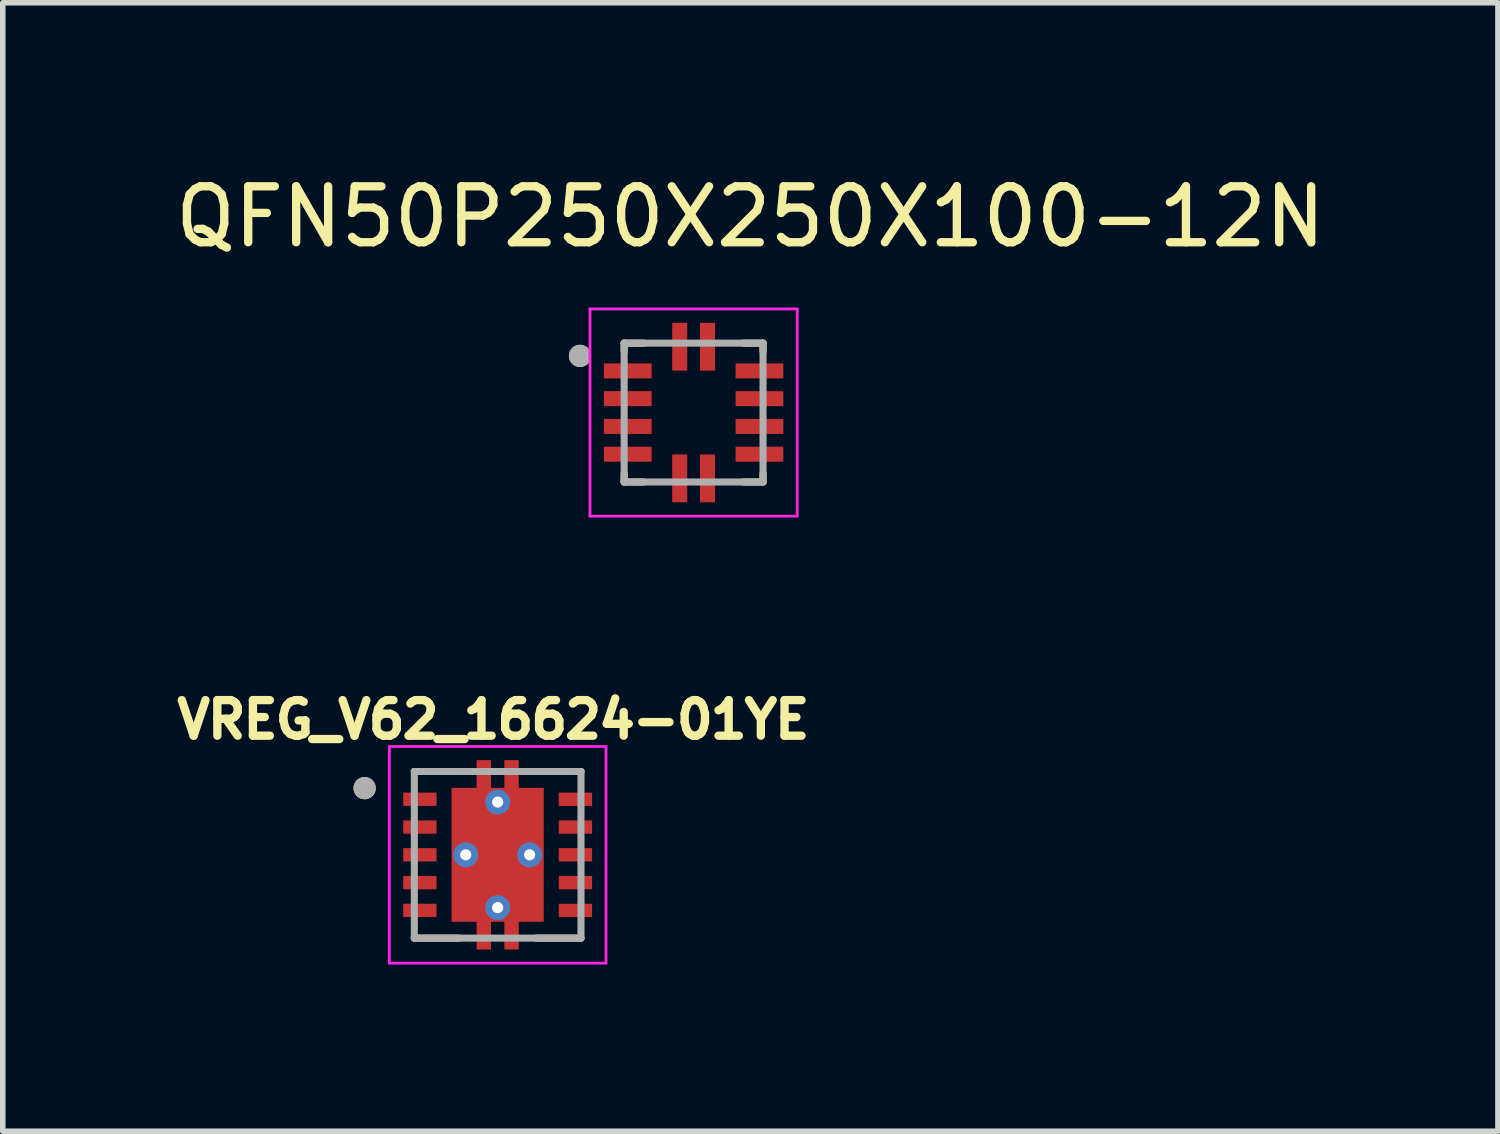
<source format=kicad_pcb>
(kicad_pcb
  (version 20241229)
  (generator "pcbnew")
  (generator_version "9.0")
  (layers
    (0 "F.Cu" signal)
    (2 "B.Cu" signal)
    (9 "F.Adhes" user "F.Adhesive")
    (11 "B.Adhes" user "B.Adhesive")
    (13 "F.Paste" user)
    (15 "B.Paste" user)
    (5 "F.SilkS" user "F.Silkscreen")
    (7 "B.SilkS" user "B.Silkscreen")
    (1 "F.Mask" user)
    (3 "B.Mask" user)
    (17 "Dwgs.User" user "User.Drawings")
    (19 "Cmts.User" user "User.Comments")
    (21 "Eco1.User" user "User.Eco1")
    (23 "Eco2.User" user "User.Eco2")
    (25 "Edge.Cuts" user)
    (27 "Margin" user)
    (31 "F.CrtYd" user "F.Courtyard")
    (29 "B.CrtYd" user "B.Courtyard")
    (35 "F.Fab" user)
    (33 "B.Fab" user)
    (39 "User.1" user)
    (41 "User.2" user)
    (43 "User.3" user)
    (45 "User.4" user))
  (footprint "VREG_V62_16624-01YE"
    (layer "F.Cu")
    (at 5.908 12.337)
    (property "Reference" "VREG_V62_16624-01YE" (at -0.078 -2.433 0) (layer "F.SilkS") (effects (font (size 0.64 0.64) (thickness 0.15))))
    (fp_poly (pts (xy -1.77 -1.19) (xy -1.03 -1.19) (xy -1.03 -0.81) (xy -1.77 -0.81)) (stroke (width 0.01) (type solid)) (fill yes) (layer "F.Mask"))
    (fp_poly (pts (xy -1.77 -0.69) (xy -1.03 -0.69) (xy -1.03 -0.31) (xy -1.77 -0.31)) (stroke (width 0.01) (type solid)) (fill yes) (layer "F.Mask"))
    (fp_poly (pts (xy -1.77 -0.19) (xy -1.03 -0.19) (xy -1.03 0.19) (xy -1.77 0.19)) (stroke (width 0.01) (type solid)) (fill yes) (layer "F.Mask"))
    (fp_poly (pts (xy -1.77 0.31) (xy -1.03 0.31) (xy -1.03 0.69) (xy -1.77 0.69)) (stroke (width 0.01) (type solid)) (fill yes) (layer "F.Mask"))
    (fp_poly (pts (xy -1.77 0.81) (xy -1.03 0.81) (xy -1.03 1.19) (xy -1.77 1.19)) (stroke (width 0.01) (type solid)) (fill yes) (layer "F.Mask"))
    (fp_poly (pts (xy 1.03 -1.19) (xy 1.77 -1.19) (xy 1.77 -0.81) (xy 1.03 -0.81)) (stroke (width 0.01) (type solid)) (fill yes) (layer "F.Mask"))
    (fp_poly (pts (xy 1.03 -0.69) (xy 1.77 -0.69) (xy 1.77 -0.31) (xy 1.03 -0.31)) (stroke (width 0.01) (type solid)) (fill yes) (layer "F.Mask"))
    (fp_poly (pts (xy 1.03 -0.19) (xy 1.77 -0.19) (xy 1.77 0.19) (xy 1.03 0.19)) (stroke (width 0.01) (type solid)) (fill yes) (layer "F.Mask"))
    (fp_poly (pts (xy 1.03 0.31) (xy 1.77 0.31) (xy 1.77 0.69) (xy 1.03 0.69)) (stroke (width 0.01) (type solid)) (fill yes) (layer "F.Mask"))
    (fp_poly (pts (xy 1.03 0.81) (xy 1.77 0.81) (xy 1.77 1.19) (xy 1.03 1.19)) (stroke (width 0.01) (type solid)) (fill yes) (layer "F.Mask"))
    (fp_poly (pts (xy -0.895 -1.27) (xy -0.445 -1.27) (xy -0.445 -1.77) (xy -0.055 -1.77) (xy -0.055 -1.27) (xy 0.055 -1.27) (xy 0.055 -1.77) (xy 0.445 -1.77) (xy 0.445 -1.27) (xy 0.895 -1.27) (xy 0.895 1.27) (xy 0.445 1.27) (xy 0.445 1.77) (xy 0.055 1.77) (xy 0.055 1.27) (xy -0.055 1.27) (xy -0.055 1.77) (xy -0.445 1.77) (xy -0.445 1.27) (xy -0.895 1.27)) (stroke (width 0.01) (type solid)) (fill yes) (layer "F.Mask"))
    (fp_line (start -1.5 -1.5) (end -0.695 -1.5) (stroke (width 0.127) (type solid)) (layer "F.SilkS"))
    (fp_line (start -1.5 1.5) (end -0.695 1.5) (stroke (width 0.127) (type solid)) (layer "F.SilkS"))
    (fp_line (start 0.695 -1.5) (end 1.5 -1.5) (stroke (width 0.127) (type solid)) (layer "F.SilkS"))
    (fp_line (start 0.695 1.5) (end 1.5 1.5) (stroke (width 0.127) (type solid)) (layer "F.SilkS"))
    (fp_circle (center -2.395 -1.2) (end -2.295 -1.2) (stroke (width 0.2) (type solid)) (fill no) (layer "F.SilkS"))
    (fp_poly (pts (xy -0.75 -1.16) (xy 0.75 -1.16) (xy 0.75 -0.1) (xy -0.75 -0.1)) (stroke (width 0.01) (type solid)) (fill yes) (layer "F.Paste"))
    (fp_poly (pts (xy -0.75 0.1) (xy 0.75 0.1) (xy 0.75 1.16) (xy -0.75 1.16)) (stroke (width 0.01) (type solid)) (fill yes) (layer "F.Paste"))
    (fp_poly (pts (xy -0.375 -1.7) (xy -0.125 -1.7) (xy -0.125 -1.36) (xy -0.375 -1.36)) (stroke (width 0.01) (type solid)) (fill yes) (layer "F.Paste"))
    (fp_poly (pts (xy -0.375 1.36) (xy -0.125 1.36) (xy -0.125 1.7) (xy -0.375 1.7)) (stroke (width 0.01) (type solid)) (fill yes) (layer "F.Paste"))
    (fp_poly (pts (xy 0.125 -1.7) (xy 0.375 -1.7) (xy 0.375 -1.36) (xy 0.125 -1.36)) (stroke (width 0.01) (type solid)) (fill yes) (layer "F.Paste"))
    (fp_poly (pts (xy 0.125 1.36) (xy 0.375 1.36) (xy 0.375 1.7) (xy 0.125 1.7)) (stroke (width 0.01) (type solid)) (fill yes) (layer "F.Paste"))
    (fp_line (start -1.95 -1.95) (end -1.95 1.95) (stroke (width 0.05) (type solid)) (layer "F.CrtYd"))
    (fp_line (start -1.95 -1.95) (end 1.95 -1.95) (stroke (width 0.05) (type solid)) (layer "F.CrtYd"))
    (fp_line (start -1.95 1.95) (end 1.95 1.95) (stroke (width 0.05) (type solid)) (layer "F.CrtYd"))
    (fp_line (start 1.95 -1.95) (end 1.95 1.95) (stroke (width 0.05) (type solid)) (layer "F.CrtYd"))
    (fp_line (start -1.5 -1.5) (end -1.5 1.5) (stroke (width 0.127) (type solid)) (layer "F.Fab"))
    (fp_line (start -1.5 -1.5) (end 1.5 -1.5) (stroke (width 0.127) (type solid)) (layer "F.Fab"))
    (fp_line (start -1.5 1.5) (end 1.5 1.5) (stroke (width 0.127) (type solid)) (layer "F.Fab"))
    (fp_line (start 1.5 -1.5) (end 1.5 1.5) (stroke (width 0.127) (type solid)) (layer "F.Fab"))
    (fp_circle (center -2.395 -1.2) (end -2.295 -1.2) (stroke (width 0.2) (type solid)) (fill no) (layer "F.Fab"))
    (pad "1" smd roundrect (at -1.4 -1) (size 0.6 0.24) (layers "F.Cu" "F.Paste") (roundrect_rratio 0.03))
    (pad "2" smd roundrect (at -1.4 -0.5) (size 0.6 0.24) (layers "F.Cu" "F.Paste") (roundrect_rratio 0.03))
    (pad "3" smd roundrect (at -1.4 0) (size 0.6 0.24) (layers "F.Cu" "F.Paste") (roundrect_rratio 0.03))
    (pad "4" smd roundrect (at -1.4 0.5) (size 0.6 0.24) (layers "F.Cu" "F.Paste") (roundrect_rratio 0.03))
    (pad "5" smd roundrect (at -1.4 1) (size 0.6 0.24) (layers "F.Cu" "F.Paste") (roundrect_rratio 0.03))
    (pad "6" smd roundrect (at 1.4 1) (size 0.6 0.24) (layers "F.Cu" "F.Paste") (roundrect_rratio 0.03))
    (pad "7" smd roundrect (at 1.4 0.5) (size 0.6 0.24) (layers "F.Cu" "F.Paste") (roundrect_rratio 0.03))
    (pad "8" smd roundrect (at 1.4 0) (size 0.6 0.24) (layers "F.Cu" "F.Paste") (roundrect_rratio 0.03))
    (pad "9" smd roundrect (at 1.4 -0.5) (size 0.6 0.24) (layers "F.Cu" "F.Paste") (roundrect_rratio 0.03))
    (pad "10" smd roundrect (at 1.4 -1) (size 0.6 0.24) (layers "F.Cu" "F.Paste") (roundrect_rratio 0.03))
    (pad "11" smd custom (at 0 0) (size 1.65 2.4) (layers "F.Cu") (options (anchor rect)) (primitives (gr_poly (pts (xy -0.825 -1.2) (xy -0.375 -1.2) (xy -0.375 -1.7) (xy -0.125 -1.7) (xy -0.125 -1.2) (xy 0.125 -1.2) (xy 0.125 -1.7) (xy 0.375 -1.7) (xy 0.375 -1.2) (xy 0.825 -1.2) (xy 0.825 1.2) (xy 0.375 1.2) (xy 0.375 1.7) (xy 0.125 1.7) (xy 0.125 1.2) (xy -0.125 1.2) (xy -0.125 1.7) (xy -0.375 1.7) (xy -0.375 1.2) (xy -0.825 1.2)) (width 0.01) (fill yes))))
    (pad "12" thru_hole circle (at 0 0.95) (size 0.45 0.45) (drill 0.2) (layers "*.Cu"))
    (pad "13" thru_hole circle (at -0.575 0) (size 0.45 0.45) (drill 0.2) (layers "*.Cu"))
    (pad "14" thru_hole circle (at 0.575 0) (size 0.45 0.45) (drill 0.2) (layers "*.Cu"))
    (pad "15" thru_hole circle (at 0 -0.95) (size 0.45 0.45) (drill 0.2) (layers "*.Cu")))
  (footprint "QFN50P250X250X100-12N"
    (layer "F.Cu")
    (at 9.435 4.376)
    (property "Reference" "QFN50P250X250X100-12N" (at 1.022 -3.524 0) (layer "F.SilkS") (effects (font (size 1.007 1.007) (thickness 0.15))))
    (attr smd)
    (fp_line (start -1.25 -1.25) (end -1.25 -1.1) (stroke (width 0.127) (type solid)) (layer "F.SilkS"))
    (fp_line (start -1.25 -1.25) (end -0.9 -1.25) (stroke (width 0.127) (type solid)) (layer "F.SilkS"))
    (fp_line (start -1.25 1.25) (end -1.25 1.1) (stroke (width 0.127) (type solid)) (layer "F.SilkS"))
    (fp_line (start -1.25 1.25) (end -0.9 1.25) (stroke (width 0.127) (type solid)) (layer "F.SilkS"))
    (fp_line (start 1.25 -1.25) (end 0.9 -1.25) (stroke (width 0.127) (type solid)) (layer "F.SilkS"))
    (fp_line (start 1.25 -1.25) (end 1.25 -1.1) (stroke (width 0.127) (type solid)) (layer "F.SilkS"))
    (fp_line (start 1.25 1.25) (end 0.9 1.25) (stroke (width 0.127) (type solid)) (layer "F.SilkS"))
    (fp_line (start 1.25 1.25) (end 1.25 1.1) (stroke (width 0.127) (type solid)) (layer "F.SilkS"))
    (fp_circle (center -2.045 -1.02) (end -1.945 -1.02) (stroke (width 0.2) (type solid)) (fill no) (layer "F.SilkS"))
    (fp_line (start -1.865 -1.865) (end 1.865 -1.865) (stroke (width 0.05) (type solid)) (layer "F.CrtYd"))
    (fp_line (start -1.865 1.865) (end -1.865 -1.865) (stroke (width 0.05) (type solid)) (layer "F.CrtYd"))
    (fp_line (start -1.865 1.865) (end 1.865 1.865) (stroke (width 0.05) (type solid)) (layer "F.CrtYd"))
    (fp_line (start 1.865 1.865) (end 1.865 -1.865) (stroke (width 0.05) (type solid)) (layer "F.CrtYd"))
    (fp_line (start -1.25 1.25) (end -1.25 -1.25) (stroke (width 0.127) (type solid)) (layer "F.Fab"))
    (fp_line (start 1.25 -1.25) (end -1.25 -1.25) (stroke (width 0.127) (type solid)) (layer "F.Fab"))
    (fp_line (start 1.25 1.25) (end -1.25 1.25) (stroke (width 0.127) (type solid)) (layer "F.Fab"))
    (fp_line (start 1.25 1.25) (end 1.25 -1.25) (stroke (width 0.127) (type solid)) (layer "F.Fab"))
    (fp_circle (center -2.045 -1.02) (end -1.945 -1.02) (stroke (width 0.2) (type solid)) (fill no) (layer "F.Fab"))
    (pad "1" smd roundrect (at -1.185 -0.75) (size 0.86 0.27) (layers "F.Cu" "F.Mask" "F.Paste") (roundrect_rratio 0.03))
    (pad "2" smd roundrect (at -1.185 -0.25) (size 0.86 0.27) (layers "F.Cu" "F.Mask" "F.Paste") (roundrect_rratio 0.03))
    (pad "3" smd roundrect (at -1.185 0.25) (size 0.86 0.27) (layers "F.Cu" "F.Mask" "F.Paste") (roundrect_rratio 0.03))
    (pad "4" smd roundrect (at -1.185 0.75) (size 0.86 0.27) (layers "F.Cu" "F.Mask" "F.Paste") (roundrect_rratio 0.03))
    (pad "5" smd roundrect (at -0.25 1.185 90) (size 0.86 0.27) (layers "F.Cu" "F.Mask" "F.Paste") (roundrect_rratio 0.03))
    (pad "6" smd roundrect (at 0.25 1.185 90) (size 0.86 0.27) (layers "F.Cu" "F.Mask" "F.Paste") (roundrect_rratio 0.03))
    (pad "7" smd roundrect (at 1.185 0.75) (size 0.86 0.27) (layers "F.Cu" "F.Mask" "F.Paste") (roundrect_rratio 0.03))
    (pad "8" smd roundrect (at 1.185 0.25) (size 0.86 0.27) (layers "F.Cu" "F.Mask" "F.Paste") (roundrect_rratio 0.03))
    (pad "9" smd roundrect (at 1.185 -0.25) (size 0.86 0.27) (layers "F.Cu" "F.Mask" "F.Paste") (roundrect_rratio 0.03))
    (pad "10" smd roundrect (at 1.185 -0.75) (size 0.86 0.27) (layers "F.Cu" "F.Mask" "F.Paste") (roundrect_rratio 0.03))
    (pad "11" smd roundrect (at 0.25 -1.185 90) (size 0.86 0.27) (layers "F.Cu" "F.Mask" "F.Paste") (roundrect_rratio 0.03))
    (pad "12" smd roundrect (at -0.25 -1.185 90) (size 0.86 0.27) (layers "F.Cu" "F.Mask" "F.Paste") (roundrect_rratio 0.03)))
  (gr_rect
    (start -3 -3)
    (end 23.913 17.312)
    (stroke (width 0.1) (type default))
    (fill no)
    (layer "Edge.Cuts")))
</source>
